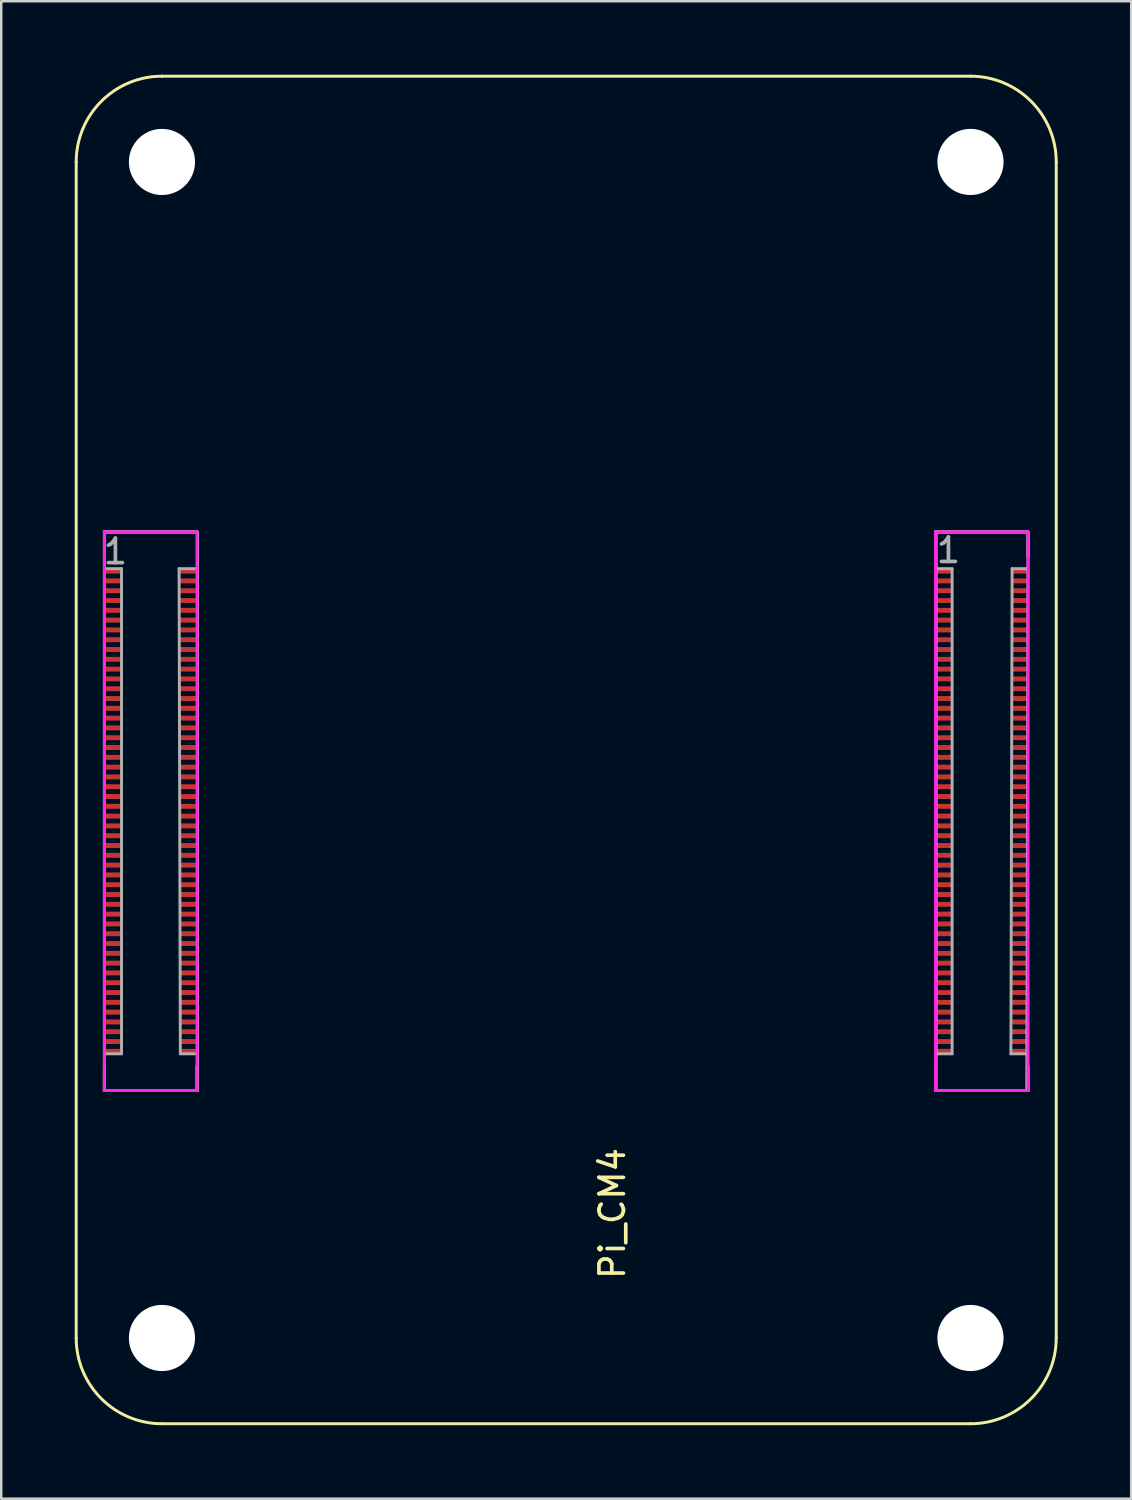
<source format=kicad_pcb>
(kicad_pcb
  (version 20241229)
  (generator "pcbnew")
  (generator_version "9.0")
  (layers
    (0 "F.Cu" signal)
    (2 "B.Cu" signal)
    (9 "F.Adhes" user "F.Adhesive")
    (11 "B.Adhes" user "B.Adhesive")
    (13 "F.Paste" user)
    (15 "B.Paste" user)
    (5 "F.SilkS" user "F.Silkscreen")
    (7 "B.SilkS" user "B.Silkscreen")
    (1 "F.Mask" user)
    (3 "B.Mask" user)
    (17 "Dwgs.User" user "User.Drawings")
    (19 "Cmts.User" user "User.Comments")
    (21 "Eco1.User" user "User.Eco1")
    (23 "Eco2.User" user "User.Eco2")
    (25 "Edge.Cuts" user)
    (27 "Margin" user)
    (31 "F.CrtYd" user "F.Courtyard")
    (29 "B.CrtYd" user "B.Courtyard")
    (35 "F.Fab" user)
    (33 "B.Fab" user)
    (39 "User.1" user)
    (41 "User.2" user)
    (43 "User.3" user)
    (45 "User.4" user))
  (footprint "Pi_CM4"
    (layer "F.Cu")
    (at 20.06 30.06)
    (property "Reference" "Pi_CM4" (at 1.88 16.42 270) (layer "F.SilkS") (effects (font (size 1 1) (thickness 0.15))))
    (attr smd)
    (fp_line (start -20 -26.5) (end -20 21.5) (stroke (width 0.12) (type solid)) (layer "F.SilkS"))
    (fp_line (start -18.85 -11.4) (end -15.07 -11.4) (stroke (width 0.12) (type solid)) (layer "F.SilkS"))
    (fp_line (start -18.85 11.4) (end -18.85 10.4) (stroke (width 0.12) (type solid)) (layer "F.SilkS"))
    (fp_line (start -18.85 11.4) (end -15.07 11.4) (stroke (width 0.12) (type solid)) (layer "F.SilkS"))
    (fp_line (start -16.5 25) (end 16.5 25) (stroke (width 0.12) (type solid)) (layer "F.SilkS"))
    (fp_line (start -15.07 11.4) (end -15.07 10.4) (stroke (width 0.12) (type solid)) (layer "F.SilkS"))
    (fp_line (start 15.07 -11.4) (end 15.07 -10.4) (stroke (width 0.12) (type solid)) (layer "F.SilkS"))
    (fp_line (start 15.07 -11.4) (end 18.85 -11.4) (stroke (width 0.12) (type solid)) (layer "F.SilkS"))
    (fp_line (start 15.07 11.4) (end 15.07 10.4) (stroke (width 0.12) (type solid)) (layer "F.SilkS"))
    (fp_line (start 15.07 11.4) (end 18.85 11.4) (stroke (width 0.12) (type solid)) (layer "F.SilkS"))
    (fp_line (start 16.5 -30) (end -16.5 -30) (stroke (width 0.12) (type solid)) (layer "F.SilkS"))
    (fp_line (start 18.85 -11.4) (end 18.85 -10.4) (stroke (width 0.12) (type solid)) (layer "F.SilkS"))
    (fp_line (start 18.85 11.4) (end 18.85 10.4) (stroke (width 0.12) (type solid)) (layer "F.SilkS"))
    (fp_line (start 20 21.5) (end 20 -26.5) (stroke (width 0.12) (type solid)) (layer "F.SilkS"))
    (fp_arc (start -20 -26.5) (mid -18.974874 -28.974874) (end -16.5 -30) (stroke (width 0.12) (type solid)) (layer "F.SilkS"))
    (fp_arc (start -16.5 25) (mid -18.974874 23.974874) (end -20 21.5) (stroke (width 0.12) (type solid)) (layer "F.SilkS"))
    (fp_arc (start 16.5 -30) (mid 18.974874 -28.974874) (end 20 -26.5) (stroke (width 0.12) (type solid)) (layer "F.SilkS"))
    (fp_arc (start 20 21.5) (mid 18.974874 23.974874) (end 16.5 25) (stroke (width 0.12) (type solid)) (layer "F.SilkS"))
    (fp_line (start -18.85 -11.4) (end -15.07 -11.4) (stroke (width 0.12) (type solid)) (layer "F.CrtYd"))
    (fp_line (start -18.85 11.4) (end -18.85 -11.4) (stroke (width 0.12) (type solid)) (layer "F.CrtYd"))
    (fp_line (start -15.07 -11.4) (end -15.07 11.4) (stroke (width 0.12) (type solid)) (layer "F.CrtYd"))
    (fp_line (start -15.07 11.4) (end -18.85 11.4) (stroke (width 0.12) (type solid)) (layer "F.CrtYd"))
    (fp_line (start 15.07 -11.4) (end 18.85 -11.4) (stroke (width 0.12) (type solid)) (layer "F.CrtYd"))
    (fp_line (start 15.07 11.4) (end 15.07 -11.4) (stroke (width 0.12) (type solid)) (layer "F.CrtYd"))
    (fp_line (start 18.85 -11.4) (end 18.85 11.4) (stroke (width 0.12) (type solid)) (layer "F.CrtYd"))
    (fp_line (start 18.85 11.4) (end 15.07 11.4) (stroke (width 0.12) (type solid)) (layer "F.CrtYd"))
    (fp_line (start -18.85 -11.4) (end -15.05 -11.4) (stroke (width 0.12) (type solid)) (layer "F.Fab"))
    (fp_line (start -18.85 11.4) (end -18.85 -11.4) (stroke (width 0.12) (type solid)) (layer "F.Fab"))
    (fp_line (start -18.8 -9.9) (end -18.15 -9.9) (stroke (width 0.12) (type solid)) (layer "F.Fab"))
    (fp_line (start -18.15 -9.9) (end -18.15 9.9) (stroke (width 0.12) (type solid)) (layer "F.Fab"))
    (fp_line (start -18.15 9.9) (end -18.8 9.9) (stroke (width 0.12) (type solid)) (layer "F.Fab"))
    (fp_line (start -15.8 -9.9) (end -15.1 -9.9) (stroke (width 0.12) (type solid)) (layer "F.Fab"))
    (fp_line (start -15.75 9.9) (end -15.8 -9.9) (stroke (width 0.12) (type solid)) (layer "F.Fab"))
    (fp_line (start -15.1 9.9) (end -15.75 9.9) (stroke (width 0.12) (type solid)) (layer "F.Fab"))
    (fp_line (start -15.05 -11.4) (end -15.05 11.4) (stroke (width 0.12) (type solid)) (layer "F.Fab"))
    (fp_line (start -15.05 11.4) (end -18.85 11.4) (stroke (width 0.12) (type solid)) (layer "F.Fab"))
    (fp_line (start 15.1 -11.4) (end 18.85 -11.4) (stroke (width 0.12) (type solid)) (layer "F.Fab"))
    (fp_line (start 15.1 11.4) (end 15.1 -11.4) (stroke (width 0.12) (type solid)) (layer "F.Fab"))
    (fp_line (start 15.15 -9.9) (end 15.75 -9.9) (stroke (width 0.12) (type solid)) (layer "F.Fab"))
    (fp_line (start 15.75 -9.9) (end 15.75 9.9) (stroke (width 0.12) (type solid)) (layer "F.Fab"))
    (fp_line (start 15.75 9.9) (end 15.15 9.9) (stroke (width 0.12) (type solid)) (layer "F.Fab"))
    (fp_line (start 18.15 9.9) (end 18.2 -9.9) (stroke (width 0.12) (type solid)) (layer "F.Fab"))
    (fp_line (start 18.2 -9.9) (end 18.8 -9.9) (stroke (width 0.12) (type solid)) (layer "F.Fab"))
    (fp_line (start 18.75 9.9) (end 18.15 9.9) (stroke (width 0.12) (type solid)) (layer "F.Fab"))
    (fp_line (start 18.8 11.4) (end 15.1 11.4) (stroke (width 0.12) (type solid)) (layer "F.Fab"))
    (fp_line (start 18.85 -11.4) (end 18.8 11.4) (stroke (width 0.12) (type solid)) (layer "F.Fab"))
    (fp_text user "1" (at 15.6 -10.65 0) (layer "F.Fab") (effects (font (size 1 1) (thickness 0.15))))
    (fp_text user "1" (at -18.4 -10.6 0) (layer "F.Fab") (effects (font (size 1 1) (thickness 0.15))))
    (pad "" np_thru_hole circle (at -16.5 -26.5) (size 2.7 2.7) (drill 2.7) (layers "*.Cu" "*.Mask"))
    (pad "" np_thru_hole circle (at -16.5 21.5) (size 2.7 2.7) (drill 2.7) (layers "*.Cu" "*.Mask"))
    (pad "" np_thru_hole circle (at 16.5 -26.5) (size 2.7 2.7) (drill 2.7) (layers "*.Cu" "*.Mask"))
    (pad "" np_thru_hole circle (at 16.5 21.5) (size 2.7 2.7) (drill 2.7) (layers "*.Cu" "*.Mask"))
    (pad "1" smd rect (at -18.5 -9.8 270) (size 0.2 0.7) (layers "F.Cu" "F.Mask" "F.Paste"))
    (pad "2" smd rect (at -15.42 -9.8 270) (size 0.2 0.7) (layers "F.Cu" "F.Mask" "F.Paste"))
    (pad "3" smd rect (at -18.5 -9.4 270) (size 0.2 0.7) (layers "F.Cu" "F.Mask" "F.Paste"))
    (pad "4" smd rect (at -15.42 -9.4 270) (size 0.2 0.7) (layers "F.Cu" "F.Mask" "F.Paste"))
    (pad "5" smd rect (at -18.5 -9 270) (size 0.2 0.7) (layers "F.Cu" "F.Mask" "F.Paste"))
    (pad "6" smd rect (at -15.42 -9 270) (size 0.2 0.7) (layers "F.Cu" "F.Mask" "F.Paste"))
    (pad "7" smd rect (at -18.5 -8.6 270) (size 0.2 0.7) (layers "F.Cu" "F.Mask" "F.Paste"))
    (pad "8" smd rect (at -15.42 -8.6 270) (size 0.2 0.7) (layers "F.Cu" "F.Mask" "F.Paste"))
    (pad "9" smd rect (at -18.5 -8.2 270) (size 0.2 0.7) (layers "F.Cu" "F.Mask" "F.Paste"))
    (pad "10" smd rect (at -15.42 -8.2 270) (size 0.2 0.7) (layers "F.Cu" "F.Mask" "F.Paste"))
    (pad "11" smd rect (at -18.5 -7.8 270) (size 0.2 0.7) (layers "F.Cu" "F.Mask" "F.Paste"))
    (pad "12" smd rect (at -15.42 -7.8 270) (size 0.2 0.7) (layers "F.Cu" "F.Mask" "F.Paste"))
    (pad "13" smd rect (at -18.5 -7.4 270) (size 0.2 0.7) (layers "F.Cu" "F.Mask" "F.Paste"))
    (pad "14" smd rect (at -15.42 -7.4 270) (size 0.2 0.7) (layers "F.Cu" "F.Mask" "F.Paste"))
    (pad "15" smd rect (at -18.5 -7 270) (size 0.2 0.7) (layers "F.Cu" "F.Mask" "F.Paste"))
    (pad "16" smd rect (at -15.42 -7 270) (size 0.2 0.7) (layers "F.Cu" "F.Mask" "F.Paste"))
    (pad "17" smd rect (at -18.5 -6.6 270) (size 0.2 0.7) (layers "F.Cu" "F.Mask" "F.Paste"))
    (pad "18" smd rect (at -15.42 -6.6 270) (size 0.2 0.7) (layers "F.Cu" "F.Mask" "F.Paste"))
    (pad "19" smd rect (at -18.5 -6.2 270) (size 0.2 0.7) (layers "F.Cu" "F.Mask" "F.Paste"))
    (pad "20" smd rect (at -15.42 -6.2 270) (size 0.2 0.7) (layers "F.Cu" "F.Mask" "F.Paste"))
    (pad "21" smd rect (at -18.5 -5.8 270) (size 0.2 0.7) (layers "F.Cu" "F.Mask" "F.Paste"))
    (pad "22" smd rect (at -15.42 -5.8 270) (size 0.2 0.7) (layers "F.Cu" "F.Mask" "F.Paste"))
    (pad "23" smd rect (at -18.5 -5.4 270) (size 0.2 0.7) (layers "F.Cu" "F.Mask" "F.Paste"))
    (pad "24" smd rect (at -15.42 -5.4 270) (size 0.2 0.7) (layers "F.Cu" "F.Mask" "F.Paste"))
    (pad "25" smd rect (at -18.5 -5 270) (size 0.2 0.7) (layers "F.Cu" "F.Mask" "F.Paste"))
    (pad "26" smd rect (at -15.42 -5 270) (size 0.2 0.7) (layers "F.Cu" "F.Mask" "F.Paste"))
    (pad "27" smd rect (at -18.5 -4.6 270) (size 0.2 0.7) (layers "F.Cu" "F.Mask" "F.Paste"))
    (pad "28" smd rect (at -15.42 -4.6 270) (size 0.2 0.7) (layers "F.Cu" "F.Mask" "F.Paste"))
    (pad "29" smd rect (at -18.5 -4.2 270) (size 0.2 0.7) (layers "F.Cu" "F.Mask" "F.Paste"))
    (pad "30" smd rect (at -15.42 -4.2 270) (size 0.2 0.7) (layers "F.Cu" "F.Mask" "F.Paste"))
    (pad "31" smd rect (at -18.5 -3.8 270) (size 0.2 0.7) (layers "F.Cu" "F.Mask" "F.Paste"))
    (pad "32" smd rect (at -15.42 -3.8 270) (size 0.2 0.7) (layers "F.Cu" "F.Mask" "F.Paste"))
    (pad "33" smd rect (at -18.5 -3.4 270) (size 0.2 0.7) (layers "F.Cu" "F.Mask" "F.Paste"))
    (pad "34" smd rect (at -15.42 -3.4 270) (size 0.2 0.7) (layers "F.Cu" "F.Mask" "F.Paste"))
    (pad "35" smd rect (at -18.5 -3 270) (size 0.2 0.7) (layers "F.Cu" "F.Mask" "F.Paste"))
    (pad "36" smd rect (at -15.42 -3 270) (size 0.2 0.7) (layers "F.Cu" "F.Mask" "F.Paste"))
    (pad "37" smd rect (at -18.5 -2.6 270) (size 0.2 0.7) (layers "F.Cu" "F.Mask" "F.Paste"))
    (pad "38" smd rect (at -15.42 -2.6 270) (size 0.2 0.7) (layers "F.Cu" "F.Mask" "F.Paste"))
    (pad "39" smd rect (at -18.5 -2.2 270) (size 0.2 0.7) (layers "F.Cu" "F.Mask" "F.Paste"))
    (pad "40" smd rect (at -15.42 -2.2 270) (size 0.2 0.7) (layers "F.Cu" "F.Mask" "F.Paste"))
    (pad "41" smd rect (at -18.5 -1.8 270) (size 0.2 0.7) (layers "F.Cu" "F.Mask" "F.Paste"))
    (pad "42" smd rect (at -15.42 -1.8 270) (size 0.2 0.7) (layers "F.Cu" "F.Mask" "F.Paste"))
    (pad "43" smd rect (at -18.5 -1.4 270) (size 0.2 0.7) (layers "F.Cu" "F.Mask" "F.Paste"))
    (pad "44" smd rect (at -15.42 -1.4 270) (size 0.2 0.7) (layers "F.Cu" "F.Mask" "F.Paste"))
    (pad "45" smd rect (at -18.5 -1 270) (size 0.2 0.7) (layers "F.Cu" "F.Mask" "F.Paste"))
    (pad "46" smd rect (at -15.42 -1 270) (size 0.2 0.7) (layers "F.Cu" "F.Mask" "F.Paste"))
    (pad "47" smd rect (at -18.5 -0.6 270) (size 0.2 0.7) (layers "F.Cu" "F.Mask" "F.Paste"))
    (pad "48" smd rect (at -15.42 -0.6 270) (size 0.2 0.7) (layers "F.Cu" "F.Mask" "F.Paste"))
    (pad "49" smd rect (at -18.5 -0.2 270) (size 0.2 0.7) (layers "F.Cu" "F.Mask" "F.Paste"))
    (pad "50" smd rect (at -15.42 -0.2 270) (size 0.2 0.7) (layers "F.Cu" "F.Mask" "F.Paste"))
    (pad "51" smd rect (at -18.5 0.2 270) (size 0.2 0.7) (layers "F.Cu" "F.Mask" "F.Paste"))
    (pad "52" smd rect (at -15.42 0.2 270) (size 0.2 0.7) (layers "F.Cu" "F.Mask" "F.Paste"))
    (pad "53" smd rect (at -18.5 0.6 270) (size 0.2 0.7) (layers "F.Cu" "F.Mask" "F.Paste"))
    (pad "54" smd rect (at -15.42 0.6 270) (size 0.2 0.7) (layers "F.Cu" "F.Mask" "F.Paste"))
    (pad "55" smd rect (at -18.5 1 270) (size 0.2 0.7) (layers "F.Cu" "F.Mask" "F.Paste"))
    (pad "56" smd rect (at -15.42 1 270) (size 0.2 0.7) (layers "F.Cu" "F.Mask" "F.Paste"))
    (pad "57" smd rect (at -18.5 1.4 270) (size 0.2 0.7) (layers "F.Cu" "F.Mask" "F.Paste"))
    (pad "58" smd rect (at -15.42 1.4 270) (size 0.2 0.7) (layers "F.Cu" "F.Mask" "F.Paste"))
    (pad "59" smd rect (at -18.5 1.8 270) (size 0.2 0.7) (layers "F.Cu" "F.Mask" "F.Paste"))
    (pad "60" smd rect (at -15.42 1.8 270) (size 0.2 0.7) (layers "F.Cu" "F.Mask" "F.Paste"))
    (pad "61" smd rect (at -18.5 2.2 270) (size 0.2 0.7) (layers "F.Cu" "F.Mask" "F.Paste"))
    (pad "62" smd rect (at -15.42 2.2 270) (size 0.2 0.7) (layers "F.Cu" "F.Mask" "F.Paste"))
    (pad "63" smd rect (at -18.5 2.6 270) (size 0.2 0.7) (layers "F.Cu" "F.Mask" "F.Paste"))
    (pad "64" smd rect (at -15.42 2.6 270) (size 0.2 0.7) (layers "F.Cu" "F.Mask" "F.Paste"))
    (pad "65" smd rect (at -18.5 3 270) (size 0.2 0.7) (layers "F.Cu" "F.Mask" "F.Paste"))
    (pad "66" smd rect (at -15.42 3 270) (size 0.2 0.7) (layers "F.Cu" "F.Mask" "F.Paste"))
    (pad "67" smd rect (at -18.5 3.4 270) (size 0.2 0.7) (layers "F.Cu" "F.Mask" "F.Paste"))
    (pad "68" smd rect (at -15.42 3.4 270) (size 0.2 0.7) (layers "F.Cu" "F.Mask" "F.Paste"))
    (pad "69" smd rect (at -18.5 3.8 270) (size 0.2 0.7) (layers "F.Cu" "F.Mask" "F.Paste"))
    (pad "70" smd rect (at -15.42 3.8 270) (size 0.2 0.7) (layers "F.Cu" "F.Mask" "F.Paste"))
    (pad "71" smd rect (at -18.5 4.2 270) (size 0.2 0.7) (layers "F.Cu" "F.Mask" "F.Paste"))
    (pad "72" smd rect (at -15.42 4.2 270) (size 0.2 0.7) (layers "F.Cu" "F.Mask" "F.Paste"))
    (pad "73" smd rect (at -18.5 4.6 270) (size 0.2 0.7) (layers "F.Cu" "F.Mask" "F.Paste"))
    (pad "74" smd rect (at -15.42 4.6 270) (size 0.2 0.7) (layers "F.Cu" "F.Mask" "F.Paste"))
    (pad "75" smd rect (at -18.5 5 270) (size 0.2 0.7) (layers "F.Cu" "F.Mask" "F.Paste"))
    (pad "76" smd rect (at -15.42 5 270) (size 0.2 0.7) (layers "F.Cu" "F.Mask" "F.Paste"))
    (pad "77" smd rect (at -18.5 5.4 270) (size 0.2 0.7) (layers "F.Cu" "F.Mask" "F.Paste"))
    (pad "78" smd rect (at -15.42 5.4 270) (size 0.2 0.7) (layers "F.Cu" "F.Mask" "F.Paste"))
    (pad "79" smd rect (at -18.5 5.8 270) (size 0.2 0.7) (layers "F.Cu" "F.Mask" "F.Paste"))
    (pad "80" smd rect (at -15.42 5.8 270) (size 0.2 0.7) (layers "F.Cu" "F.Mask" "F.Paste"))
    (pad "81" smd rect (at -18.5 6.2 270) (size 0.2 0.7) (layers "F.Cu" "F.Mask" "F.Paste"))
    (pad "82" smd rect (at -15.42 6.2 270) (size 0.2 0.7) (layers "F.Cu" "F.Mask" "F.Paste"))
    (pad "83" smd rect (at -18.5 6.6 270) (size 0.2 0.7) (layers "F.Cu" "F.Mask" "F.Paste"))
    (pad "84" smd rect (at -15.42 6.6 270) (size 0.2 0.7) (layers "F.Cu" "F.Mask" "F.Paste"))
    (pad "85" smd rect (at -18.5 7 270) (size 0.2 0.7) (layers "F.Cu" "F.Mask" "F.Paste"))
    (pad "86" smd rect (at -15.42 7 270) (size 0.2 0.7) (layers "F.Cu" "F.Mask" "F.Paste"))
    (pad "87" smd rect (at -18.5 7.4 270) (size 0.2 0.7) (layers "F.Cu" "F.Mask" "F.Paste"))
    (pad "88" smd rect (at -15.42 7.4 270) (size 0.2 0.7) (layers "F.Cu" "F.Mask" "F.Paste"))
    (pad "89" smd rect (at -18.5 7.8 270) (size 0.2 0.7) (layers "F.Cu" "F.Mask" "F.Paste"))
    (pad "90" smd rect (at -15.42 7.8 270) (size 0.2 0.7) (layers "F.Cu" "F.Mask" "F.Paste"))
    (pad "91" smd rect (at -18.5 8.2 270) (size 0.2 0.7) (layers "F.Cu" "F.Mask" "F.Paste"))
    (pad "92" smd rect (at -15.42 8.2 270) (size 0.2 0.7) (layers "F.Cu" "F.Mask" "F.Paste"))
    (pad "93" smd rect (at -18.5 8.6 270) (size 0.2 0.7) (layers "F.Cu" "F.Mask" "F.Paste"))
    (pad "94" smd rect (at -15.42 8.6 270) (size 0.2 0.7) (layers "F.Cu" "F.Mask" "F.Paste"))
    (pad "95" smd rect (at -18.5 9 270) (size 0.2 0.7) (layers "F.Cu" "F.Mask" "F.Paste"))
    (pad "96" smd rect (at -15.42 9 270) (size 0.2 0.7) (layers "F.Cu" "F.Mask" "F.Paste"))
    (pad "97" smd rect (at -18.5 9.4 270) (size 0.2 0.7) (layers "F.Cu" "F.Mask" "F.Paste"))
    (pad "98" smd rect (at -15.42 9.4 270) (size 0.2 0.7) (layers "F.Cu" "F.Mask" "F.Paste"))
    (pad "99" smd rect (at -18.5 9.8 270) (size 0.2 0.7) (layers "F.Cu" "F.Mask" "F.Paste"))
    (pad "100" smd rect (at -15.42 9.8 270) (size 0.2 0.7) (layers "F.Cu" "F.Mask" "F.Paste"))
    (pad "101" smd rect (at 15.42 -9.8 270) (size 0.2 0.7) (layers "F.Cu" "F.Mask" "F.Paste"))
    (pad "102" smd rect (at 18.5 -9.8 270) (size 0.2 0.7) (layers "F.Cu" "F.Mask" "F.Paste"))
    (pad "103" smd rect (at 15.42 -9.4 270) (size 0.2 0.7) (layers "F.Cu" "F.Mask" "F.Paste"))
    (pad "104" smd rect (at 18.5 -9.4 270) (size 0.2 0.7) (layers "F.Cu" "F.Mask" "F.Paste"))
    (pad "105" smd rect (at 15.42 -9 270) (size 0.2 0.7) (layers "F.Cu" "F.Mask" "F.Paste"))
    (pad "106" smd rect (at 18.5 -9 270) (size 0.2 0.7) (layers "F.Cu" "F.Mask" "F.Paste"))
    (pad "107" smd rect (at 15.42 -8.6 270) (size 0.2 0.7) (layers "F.Cu" "F.Mask" "F.Paste"))
    (pad "108" smd rect (at 18.5 -8.6 270) (size 0.2 0.7) (layers "F.Cu" "F.Mask" "F.Paste"))
    (pad "109" smd rect (at 15.42 -8.2 270) (size 0.2 0.7) (layers "F.Cu" "F.Mask" "F.Paste"))
    (pad "110" smd rect (at 18.5 -8.2 270) (size 0.2 0.7) (layers "F.Cu" "F.Mask" "F.Paste"))
    (pad "111" smd rect (at 15.42 -7.8 270) (size 0.2 0.7) (layers "F.Cu" "F.Mask" "F.Paste"))
    (pad "112" smd rect (at 18.5 -7.8 270) (size 0.2 0.7) (layers "F.Cu" "F.Mask" "F.Paste"))
    (pad "113" smd rect (at 15.42 -7.4 270) (size 0.2 0.7) (layers "F.Cu" "F.Mask" "F.Paste"))
    (pad "114" smd rect (at 18.5 -7.4 270) (size 0.2 0.7) (layers "F.Cu" "F.Mask" "F.Paste"))
    (pad "115" smd rect (at 15.42 -7 270) (size 0.2 0.7) (layers "F.Cu" "F.Mask" "F.Paste"))
    (pad "116" smd rect (at 18.5 -7 270) (size 0.2 0.7) (layers "F.Cu" "F.Mask" "F.Paste"))
    (pad "117" smd rect (at 15.42 -6.6 270) (size 0.2 0.7) (layers "F.Cu" "F.Mask" "F.Paste"))
    (pad "118" smd rect (at 18.5 -6.6 270) (size 0.2 0.7) (layers "F.Cu" "F.Mask" "F.Paste"))
    (pad "119" smd rect (at 15.42 -6.2 270) (size 0.2 0.7) (layers "F.Cu" "F.Mask" "F.Paste"))
    (pad "120" smd rect (at 18.5 -6.2 270) (size 0.2 0.7) (layers "F.Cu" "F.Mask" "F.Paste"))
    (pad "121" smd rect (at 15.42 -5.8 270) (size 0.2 0.7) (layers "F.Cu" "F.Mask" "F.Paste"))
    (pad "122" smd rect (at 18.5 -5.8 270) (size 0.2 0.7) (layers "F.Cu" "F.Mask" "F.Paste"))
    (pad "123" smd rect (at 15.42 -5.4 270) (size 0.2 0.7) (layers "F.Cu" "F.Mask" "F.Paste"))
    (pad "124" smd rect (at 18.5 -5.4 270) (size 0.2 0.7) (layers "F.Cu" "F.Mask" "F.Paste"))
    (pad "125" smd rect (at 15.42 -5 270) (size 0.2 0.7) (layers "F.Cu" "F.Mask" "F.Paste"))
    (pad "126" smd rect (at 18.5 -5 270) (size 0.2 0.7) (layers "F.Cu" "F.Mask" "F.Paste"))
    (pad "127" smd rect (at 15.42 -4.6 270) (size 0.2 0.7) (layers "F.Cu" "F.Mask" "F.Paste"))
    (pad "128" smd rect (at 18.5 -4.6 270) (size 0.2 0.7) (layers "F.Cu" "F.Mask" "F.Paste"))
    (pad "129" smd rect (at 15.42 -4.2 270) (size 0.2 0.7) (layers "F.Cu" "F.Mask" "F.Paste"))
    (pad "130" smd rect (at 18.5 -4.2 270) (size 0.2 0.7) (layers "F.Cu" "F.Mask" "F.Paste"))
    (pad "131" smd rect (at 15.42 -3.8 270) (size 0.2 0.7) (layers "F.Cu" "F.Mask" "F.Paste"))
    (pad "132" smd rect (at 18.5 -3.8 270) (size 0.2 0.7) (layers "F.Cu" "F.Mask" "F.Paste"))
    (pad "133" smd rect (at 15.42 -3.4 270) (size 0.2 0.7) (layers "F.Cu" "F.Mask" "F.Paste"))
    (pad "134" smd rect (at 18.5 -3.4 270) (size 0.2 0.7) (layers "F.Cu" "F.Mask" "F.Paste"))
    (pad "135" smd rect (at 15.42 -3 270) (size 0.2 0.7) (layers "F.Cu" "F.Mask" "F.Paste"))
    (pad "136" smd rect (at 18.5 -3 270) (size 0.2 0.7) (layers "F.Cu" "F.Mask" "F.Paste"))
    (pad "137" smd rect (at 15.42 -2.6 270) (size 0.2 0.7) (layers "F.Cu" "F.Mask" "F.Paste"))
    (pad "138" smd rect (at 18.5 -2.6 270) (size 0.2 0.7) (layers "F.Cu" "F.Mask" "F.Paste"))
    (pad "139" smd rect (at 15.42 -2.2 270) (size 0.2 0.7) (layers "F.Cu" "F.Mask" "F.Paste"))
    (pad "140" smd rect (at 18.5 -2.2 270) (size 0.2 0.7) (layers "F.Cu" "F.Mask" "F.Paste"))
    (pad "141" smd rect (at 15.42 -1.8 270) (size 0.2 0.7) (layers "F.Cu" "F.Mask" "F.Paste"))
    (pad "142" smd rect (at 18.5 -1.8 270) (size 0.2 0.7) (layers "F.Cu" "F.Mask" "F.Paste"))
    (pad "143" smd rect (at 15.42 -1.4 270) (size 0.2 0.7) (layers "F.Cu" "F.Mask" "F.Paste"))
    (pad "144" smd rect (at 18.5 -1.4 270) (size 0.2 0.7) (layers "F.Cu" "F.Mask" "F.Paste"))
    (pad "145" smd rect (at 15.42 -1 270) (size 0.2 0.7) (layers "F.Cu" "F.Mask" "F.Paste"))
    (pad "146" smd rect (at 18.5 -1 270) (size 0.2 0.7) (layers "F.Cu" "F.Mask" "F.Paste"))
    (pad "147" smd rect (at 15.42 -0.6 270) (size 0.2 0.7) (layers "F.Cu" "F.Mask" "F.Paste"))
    (pad "148" smd rect (at 18.5 -0.6 270) (size 0.2 0.7) (layers "F.Cu" "F.Mask" "F.Paste"))
    (pad "149" smd rect (at 15.42 -0.2 270) (size 0.2 0.7) (layers "F.Cu" "F.Mask" "F.Paste"))
    (pad "150" smd rect (at 18.5 -0.2 270) (size 0.2 0.7) (layers "F.Cu" "F.Mask" "F.Paste"))
    (pad "151" smd rect (at 15.42 0.2 270) (size 0.2 0.7) (layers "F.Cu" "F.Mask" "F.Paste"))
    (pad "152" smd rect (at 18.5 0.2 270) (size 0.2 0.7) (layers "F.Cu" "F.Mask" "F.Paste"))
    (pad "153" smd rect (at 15.42 0.6 270) (size 0.2 0.7) (layers "F.Cu" "F.Mask" "F.Paste"))
    (pad "154" smd rect (at 18.5 0.6 270) (size 0.2 0.7) (layers "F.Cu" "F.Mask" "F.Paste"))
    (pad "155" smd rect (at 15.42 1 270) (size 0.2 0.7) (layers "F.Cu" "F.Mask" "F.Paste"))
    (pad "156" smd rect (at 18.5 1 270) (size 0.2 0.7) (layers "F.Cu" "F.Mask" "F.Paste"))
    (pad "157" smd rect (at 15.42 1.4 270) (size 0.2 0.7) (layers "F.Cu" "F.Mask" "F.Paste"))
    (pad "158" smd rect (at 18.5 1.4 270) (size 0.2 0.7) (layers "F.Cu" "F.Mask" "F.Paste"))
    (pad "159" smd rect (at 15.42 1.8 270) (size 0.2 0.7) (layers "F.Cu" "F.Mask" "F.Paste"))
    (pad "160" smd rect (at 18.5 1.8 270) (size 0.2 0.7) (layers "F.Cu" "F.Mask" "F.Paste"))
    (pad "161" smd rect (at 15.42 2.2 270) (size 0.2 0.7) (layers "F.Cu" "F.Mask" "F.Paste"))
    (pad "162" smd rect (at 18.5 2.2 270) (size 0.2 0.7) (layers "F.Cu" "F.Mask" "F.Paste"))
    (pad "163" smd rect (at 15.42 2.6 270) (size 0.2 0.7) (layers "F.Cu" "F.Mask" "F.Paste"))
    (pad "164" smd rect (at 18.5 2.6 270) (size 0.2 0.7) (layers "F.Cu" "F.Mask" "F.Paste"))
    (pad "165" smd rect (at 15.42 3 270) (size 0.2 0.7) (layers "F.Cu" "F.Mask" "F.Paste"))
    (pad "166" smd rect (at 18.5 3 270) (size 0.2 0.7) (layers "F.Cu" "F.Mask" "F.Paste"))
    (pad "167" smd rect (at 15.42 3.4 270) (size 0.2 0.7) (layers "F.Cu" "F.Mask" "F.Paste"))
    (pad "168" smd rect (at 18.5 3.4 270) (size 0.2 0.7) (layers "F.Cu" "F.Mask" "F.Paste"))
    (pad "169" smd rect (at 15.42 3.8 270) (size 0.2 0.7) (layers "F.Cu" "F.Mask" "F.Paste"))
    (pad "170" smd rect (at 18.5 3.8 270) (size 0.2 0.7) (layers "F.Cu" "F.Mask" "F.Paste"))
    (pad "171" smd rect (at 15.42 4.2 270) (size 0.2 0.7) (layers "F.Cu" "F.Mask" "F.Paste"))
    (pad "172" smd rect (at 18.5 4.2 270) (size 0.2 0.7) (layers "F.Cu" "F.Mask" "F.Paste"))
    (pad "173" smd rect (at 15.42 4.6 270) (size 0.2 0.7) (layers "F.Cu" "F.Mask" "F.Paste"))
    (pad "174" smd rect (at 18.5 4.6 270) (size 0.2 0.7) (layers "F.Cu" "F.Mask" "F.Paste"))
    (pad "175" smd rect (at 15.42 5 270) (size 0.2 0.7) (layers "F.Cu" "F.Mask" "F.Paste"))
    (pad "176" smd rect (at 18.5 5 270) (size 0.2 0.7) (layers "F.Cu" "F.Mask" "F.Paste"))
    (pad "177" smd rect (at 15.42 5.4 270) (size 0.2 0.7) (layers "F.Cu" "F.Mask" "F.Paste"))
    (pad "178" smd rect (at 18.5 5.4 270) (size 0.2 0.7) (layers "F.Cu" "F.Mask" "F.Paste"))
    (pad "179" smd rect (at 15.42 5.8 270) (size 0.2 0.7) (layers "F.Cu" "F.Mask" "F.Paste"))
    (pad "180" smd rect (at 18.5 5.8 270) (size 0.2 0.7) (layers "F.Cu" "F.Mask" "F.Paste"))
    (pad "181" smd rect (at 15.42 6.2 270) (size 0.2 0.7) (layers "F.Cu" "F.Mask" "F.Paste"))
    (pad "182" smd rect (at 18.5 6.2 270) (size 0.2 0.7) (layers "F.Cu" "F.Mask" "F.Paste"))
    (pad "183" smd rect (at 15.42 6.6 270) (size 0.2 0.7) (layers "F.Cu" "F.Mask" "F.Paste"))
    (pad "184" smd rect (at 18.5 6.6 270) (size 0.2 0.7) (layers "F.Cu" "F.Mask" "F.Paste"))
    (pad "185" smd rect (at 15.42 7 270) (size 0.2 0.7) (layers "F.Cu" "F.Mask" "F.Paste"))
    (pad "186" smd rect (at 18.5 7 270) (size 0.2 0.7) (layers "F.Cu" "F.Mask" "F.Paste"))
    (pad "187" smd rect (at 15.42 7.4 270) (size 0.2 0.7) (layers "F.Cu" "F.Mask" "F.Paste"))
    (pad "188" smd rect (at 18.5 7.4 270) (size 0.2 0.7) (layers "F.Cu" "F.Mask" "F.Paste"))
    (pad "189" smd rect (at 15.42 7.8 270) (size 0.2 0.7) (layers "F.Cu" "F.Mask" "F.Paste"))
    (pad "190" smd rect (at 18.5 7.8 270) (size 0.2 0.7) (layers "F.Cu" "F.Mask" "F.Paste"))
    (pad "191" smd rect (at 15.42 8.2 270) (size 0.2 0.7) (layers "F.Cu" "F.Mask" "F.Paste"))
    (pad "192" smd rect (at 18.5 8.2 270) (size 0.2 0.7) (layers "F.Cu" "F.Mask" "F.Paste"))
    (pad "193" smd rect (at 15.42 8.6 270) (size 0.2 0.7) (layers "F.Cu" "F.Mask" "F.Paste"))
    (pad "194" smd rect (at 18.5 8.6 270) (size 0.2 0.7) (layers "F.Cu" "F.Mask" "F.Paste"))
    (pad "195" smd rect (at 15.42 9 270) (size 0.2 0.7) (layers "F.Cu" "F.Mask" "F.Paste"))
    (pad "196" smd rect (at 18.5 9 270) (size 0.2 0.7) (layers "F.Cu" "F.Mask" "F.Paste"))
    (pad "197" smd rect (at 15.42 9.4 270) (size 0.2 0.7) (layers "F.Cu" "F.Mask" "F.Paste"))
    (pad "198" smd rect (at 18.5 9.4 270) (size 0.2 0.7) (layers "F.Cu" "F.Mask" "F.Paste"))
    (pad "199" smd rect (at 15.42 9.8 270) (size 0.2 0.7) (layers "F.Cu" "F.Mask" "F.Paste"))
    (pad "200" smd rect (at 18.5 9.8 270) (size 0.2 0.7) (layers "F.Cu" "F.Mask" "F.Paste")))
  (gr_rect
    (start -3 -3)
    (end 43.12 58.12)
    (stroke (width 0.1) (type default))
    (fill no)
    (layer "Edge.Cuts")))
</source>
